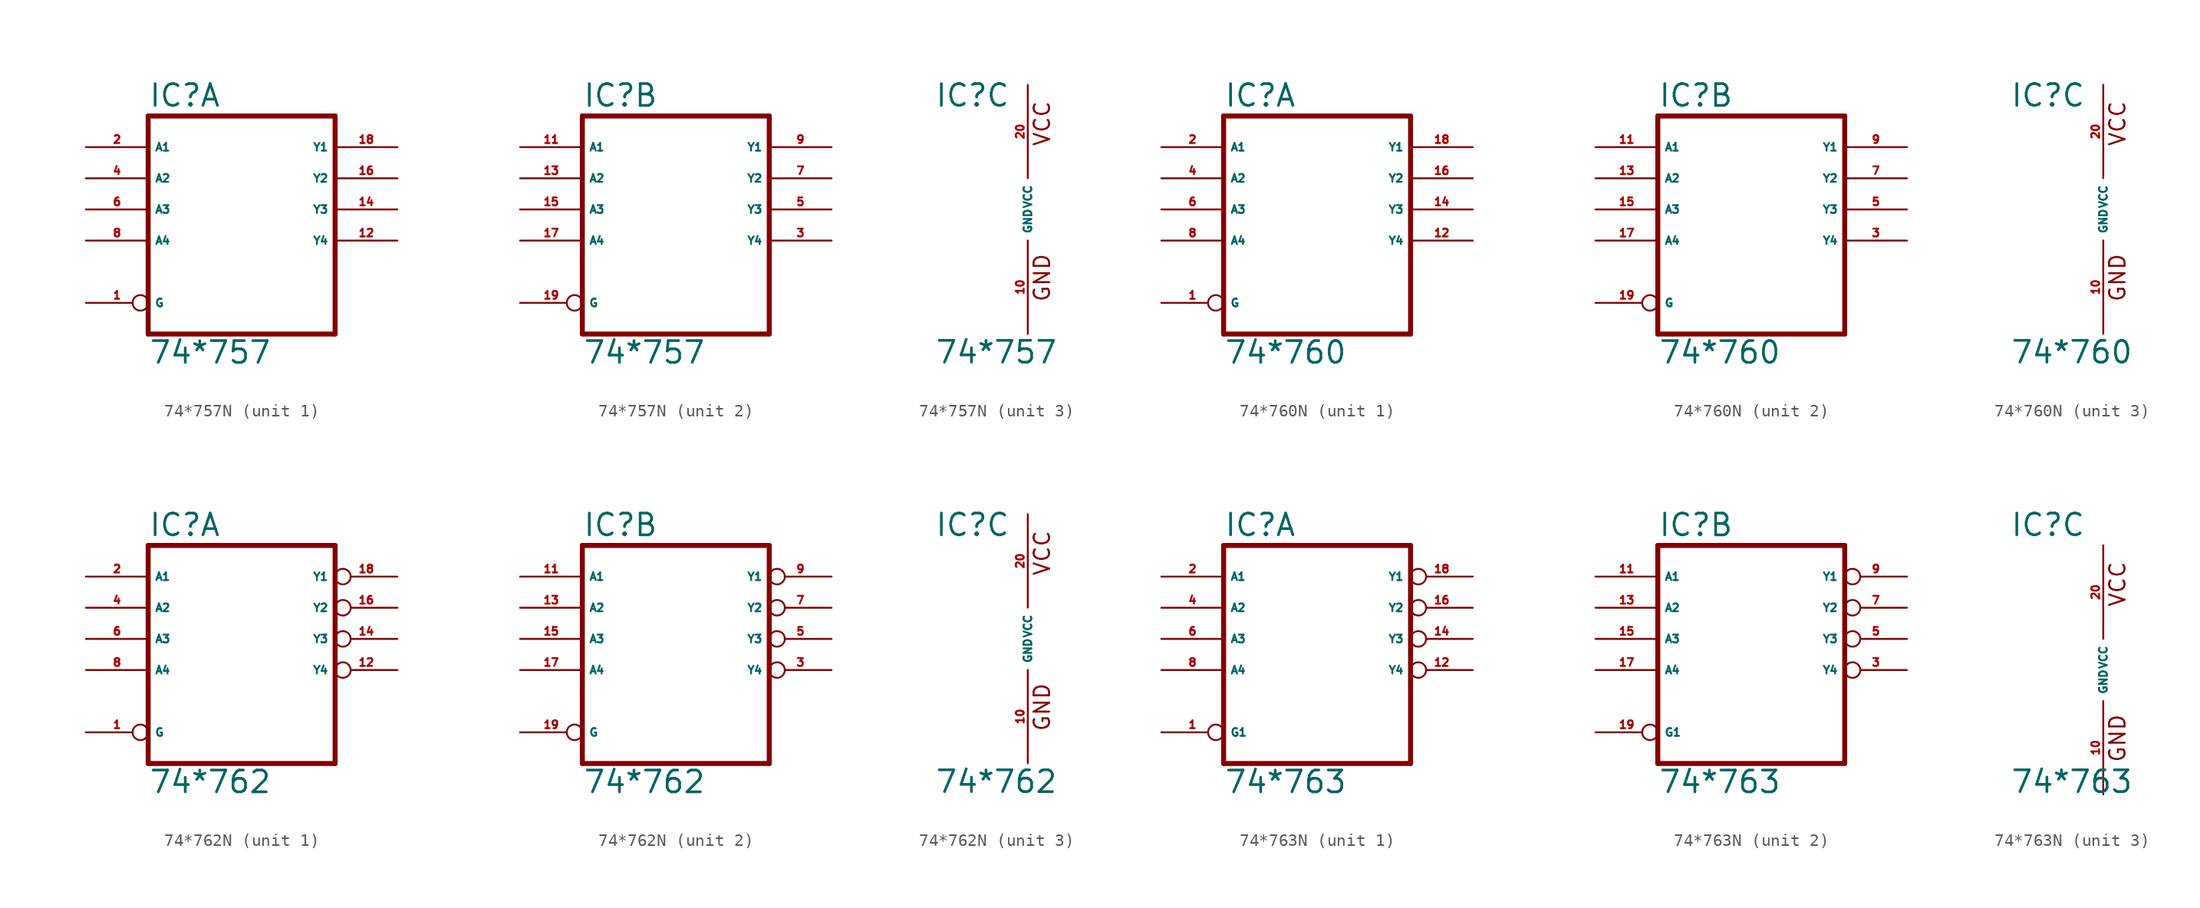
<source format=kicad_sym>
(kicad_symbol_lib
  (version 20220914)
  (generator Eagle2Kicad)
  (symbol "74*757N"
    (property "Reference" "IC"
      (at -7.62 8.255 0)
      (effects (font (size 1.778 1.778) (thickness 0.22)) (justify left bottom)))
    (property "Value" "74*757"
      (at -7.62 -12.7 0)
      (effects (font (size 1.778 1.778) (thickness 0.22)) (justify left bottom)))
    (symbol "74*757N_1_0"
      (polyline (pts (xy -7.62 -10.16) (xy 7.62 -10.16)) (stroke (width 0.406) (type default)) (fill (type none)))
      (polyline (pts (xy 7.62 -10.16) (xy 7.62 7.62)) (stroke (width 0.406) (type default)) (fill (type none)))
      (polyline (pts (xy 7.62 7.62) (xy -7.62 7.62)) (stroke (width 0.406) (type default)) (fill (type none)))
      (polyline (pts (xy -7.62 7.62) (xy -7.62 -10.16)) (stroke (width 0.406) (type default)) (fill (type none)))
      (pin input inverted (at -12.7 -7.62 0) (length 5.08) (name "G" (effects (font (size 0.635 0.635) (thickness 0.08)) (justify left bottom))) (number "1" (effects (font (size 0.635 0.635) (thickness 0.08)) (justify left bottom))))
      (pin input line (at -12.7 5.08 0) (length 5.08) (name "A1" (effects (font (size 0.635 0.635) (thickness 0.08)) (justify left bottom))) (number "2" (effects (font (size 0.635 0.635) (thickness 0.08)) (justify left bottom))))
      (pin input line (at -12.7 2.54 0) (length 5.08) (name "A2" (effects (font (size 0.635 0.635) (thickness 0.08)) (justify left bottom))) (number "4" (effects (font (size 0.635 0.635) (thickness 0.08)) (justify left bottom))))
      (pin input line (at -12.7 0 0) (length 5.08) (name "A3" (effects (font (size 0.635 0.635) (thickness 0.08)) (justify left bottom))) (number "6" (effects (font (size 0.635 0.635) (thickness 0.08)) (justify left bottom))))
      (pin input line (at -12.7 -2.54 0) (length 5.08) (name "A4" (effects (font (size 0.635 0.635) (thickness 0.08)) (justify left bottom))) (number "8" (effects (font (size 0.635 0.635) (thickness 0.08)) (justify left bottom))))
      (pin open_collector line (at 12.7 -2.54 180) (length 5.08) (name "Y4" (effects (font (size 0.635 0.635) (thickness 0.08)) (justify left bottom))) (number "12" (effects (font (size 0.635 0.635) (thickness 0.08)) (justify left bottom))))
      (pin open_collector line (at 12.7 0 180) (length 5.08) (name "Y3" (effects (font (size 0.635 0.635) (thickness 0.08)) (justify left bottom))) (number "14" (effects (font (size 0.635 0.635) (thickness 0.08)) (justify left bottom))))
      (pin open_collector line (at 12.7 2.54 180) (length 5.08) (name "Y2" (effects (font (size 0.635 0.635) (thickness 0.08)) (justify left bottom))) (number "16" (effects (font (size 0.635 0.635) (thickness 0.08)) (justify left bottom))))
      (pin open_collector line (at 12.7 5.08 180) (length 5.08) (name "Y1" (effects (font (size 0.635 0.635) (thickness 0.08)) (justify left bottom))) (number "18" (effects (font (size 0.635 0.635) (thickness 0.08)) (justify left bottom)))))
    (symbol "74*757N_2_0"
      (polyline (pts (xy -7.62 -10.16) (xy 7.62 -10.16)) (stroke (width 0.406) (type default)) (fill (type none)))
      (polyline (pts (xy 7.62 -10.16) (xy 7.62 7.62)) (stroke (width 0.406) (type default)) (fill (type none)))
      (polyline (pts (xy 7.62 7.62) (xy -7.62 7.62)) (stroke (width 0.406) (type default)) (fill (type none)))
      (polyline (pts (xy -7.62 7.62) (xy -7.62 -10.16)) (stroke (width 0.406) (type default)) (fill (type none)))
      (pin input inverted (at -12.7 -7.62 0) (length 5.08) (name "G" (effects (font (size 0.635 0.635) (thickness 0.08)) (justify left bottom))) (number "19" (effects (font (size 0.635 0.635) (thickness 0.08)) (justify left bottom))))
      (pin input line (at -12.7 5.08 0) (length 5.08) (name "A1" (effects (font (size 0.635 0.635) (thickness 0.08)) (justify left bottom))) (number "11" (effects (font (size 0.635 0.635) (thickness 0.08)) (justify left bottom))))
      (pin input line (at -12.7 2.54 0) (length 5.08) (name "A2" (effects (font (size 0.635 0.635) (thickness 0.08)) (justify left bottom))) (number "13" (effects (font (size 0.635 0.635) (thickness 0.08)) (justify left bottom))))
      (pin input line (at -12.7 0 0) (length 5.08) (name "A3" (effects (font (size 0.635 0.635) (thickness 0.08)) (justify left bottom))) (number "15" (effects (font (size 0.635 0.635) (thickness 0.08)) (justify left bottom))))
      (pin input line (at -12.7 -2.54 0) (length 5.08) (name "A4" (effects (font (size 0.635 0.635) (thickness 0.08)) (justify left bottom))) (number "17" (effects (font (size 0.635 0.635) (thickness 0.08)) (justify left bottom))))
      (pin open_collector line (at 12.7 -2.54 180) (length 5.08) (name "Y4" (effects (font (size 0.635 0.635) (thickness 0.08)) (justify left bottom))) (number "3" (effects (font (size 0.635 0.635) (thickness 0.08)) (justify left bottom))))
      (pin open_collector line (at 12.7 0 180) (length 5.08) (name "Y3" (effects (font (size 0.635 0.635) (thickness 0.08)) (justify left bottom))) (number "5" (effects (font (size 0.635 0.635) (thickness 0.08)) (justify left bottom))))
      (pin open_collector line (at 12.7 2.54 180) (length 5.08) (name "Y2" (effects (font (size 0.635 0.635) (thickness 0.08)) (justify left bottom))) (number "7" (effects (font (size 0.635 0.635) (thickness 0.08)) (justify left bottom))))
      (pin open_collector line (at 12.7 5.08 180) (length 5.08) (name "Y1" (effects (font (size 0.635 0.635) (thickness 0.08)) (justify left bottom))) (number "9" (effects (font (size 0.635 0.635) (thickness 0.08)) (justify left bottom)))))
    (symbol "74*757N_3_0"
      (text "GND" (at 1.905 -7.62 900) (effects (font (size 1.27 1.27) (thickness 0.16)) (justify left bottom)))
      (text "VCC" (at 1.905 5.08 900) (effects (font (size 1.27 1.27) (thickness 0.16)) (justify left bottom)))
      (pin unspecified line (at 0 -10.16 90) (length 7.62) (name "GND" (effects (font (size 0.635 0.635) (thickness 0.08)) (justify left bottom))) (number "10" (effects (font (size 0.635 0.635) (thickness 0.08)) (justify left bottom))))
      (pin unspecified line (at 0 10.16 270) (length 7.62) (name "VCC" (effects (font (size 0.635 0.635) (thickness 0.08)) (justify left bottom))) (number "20" (effects (font (size 0.635 0.635) (thickness 0.08)) (justify left bottom))))))
  (symbol "74*760N"
    (property "Reference" "IC"
      (at -7.62 8.255 0)
      (effects (font (size 1.778 1.778) (thickness 0.22)) (justify left bottom)))
    (property "Value" "74*760"
      (at -7.62 -12.7 0)
      (effects (font (size 1.778 1.778) (thickness 0.22)) (justify left bottom)))
    (symbol "74*760N_1_0"
      (polyline (pts (xy -7.62 -10.16) (xy 7.62 -10.16)) (stroke (width 0.406) (type default)) (fill (type none)))
      (polyline (pts (xy 7.62 -10.16) (xy 7.62 7.62)) (stroke (width 0.406) (type default)) (fill (type none)))
      (polyline (pts (xy 7.62 7.62) (xy -7.62 7.62)) (stroke (width 0.406) (type default)) (fill (type none)))
      (polyline (pts (xy -7.62 7.62) (xy -7.62 -10.16)) (stroke (width 0.406) (type default)) (fill (type none)))
      (pin input inverted (at -12.7 -7.62 0) (length 5.08) (name "G" (effects (font (size 0.635 0.635) (thickness 0.08)) (justify left bottom))) (number "1" (effects (font (size 0.635 0.635) (thickness 0.08)) (justify left bottom))))
      (pin input line (at -12.7 5.08 0) (length 5.08) (name "A1" (effects (font (size 0.635 0.635) (thickness 0.08)) (justify left bottom))) (number "2" (effects (font (size 0.635 0.635) (thickness 0.08)) (justify left bottom))))
      (pin input line (at -12.7 2.54 0) (length 5.08) (name "A2" (effects (font (size 0.635 0.635) (thickness 0.08)) (justify left bottom))) (number "4" (effects (font (size 0.635 0.635) (thickness 0.08)) (justify left bottom))))
      (pin input line (at -12.7 0 0) (length 5.08) (name "A3" (effects (font (size 0.635 0.635) (thickness 0.08)) (justify left bottom))) (number "6" (effects (font (size 0.635 0.635) (thickness 0.08)) (justify left bottom))))
      (pin input line (at -12.7 -2.54 0) (length 5.08) (name "A4" (effects (font (size 0.635 0.635) (thickness 0.08)) (justify left bottom))) (number "8" (effects (font (size 0.635 0.635) (thickness 0.08)) (justify left bottom))))
      (pin open_collector line (at 12.7 -2.54 180) (length 5.08) (name "Y4" (effects (font (size 0.635 0.635) (thickness 0.08)) (justify left bottom))) (number "12" (effects (font (size 0.635 0.635) (thickness 0.08)) (justify left bottom))))
      (pin open_collector line (at 12.7 0 180) (length 5.08) (name "Y3" (effects (font (size 0.635 0.635) (thickness 0.08)) (justify left bottom))) (number "14" (effects (font (size 0.635 0.635) (thickness 0.08)) (justify left bottom))))
      (pin open_collector line (at 12.7 2.54 180) (length 5.08) (name "Y2" (effects (font (size 0.635 0.635) (thickness 0.08)) (justify left bottom))) (number "16" (effects (font (size 0.635 0.635) (thickness 0.08)) (justify left bottom))))
      (pin open_collector line (at 12.7 5.08 180) (length 5.08) (name "Y1" (effects (font (size 0.635 0.635) (thickness 0.08)) (justify left bottom))) (number "18" (effects (font (size 0.635 0.635) (thickness 0.08)) (justify left bottom)))))
    (symbol "74*760N_2_0"
      (polyline (pts (xy -7.62 -10.16) (xy 7.62 -10.16)) (stroke (width 0.406) (type default)) (fill (type none)))
      (polyline (pts (xy 7.62 -10.16) (xy 7.62 7.62)) (stroke (width 0.406) (type default)) (fill (type none)))
      (polyline (pts (xy 7.62 7.62) (xy -7.62 7.62)) (stroke (width 0.406) (type default)) (fill (type none)))
      (polyline (pts (xy -7.62 7.62) (xy -7.62 -10.16)) (stroke (width 0.406) (type default)) (fill (type none)))
      (pin input inverted (at -12.7 -7.62 0) (length 5.08) (name "G" (effects (font (size 0.635 0.635) (thickness 0.08)) (justify left bottom))) (number "19" (effects (font (size 0.635 0.635) (thickness 0.08)) (justify left bottom))))
      (pin input line (at -12.7 5.08 0) (length 5.08) (name "A1" (effects (font (size 0.635 0.635) (thickness 0.08)) (justify left bottom))) (number "11" (effects (font (size 0.635 0.635) (thickness 0.08)) (justify left bottom))))
      (pin input line (at -12.7 2.54 0) (length 5.08) (name "A2" (effects (font (size 0.635 0.635) (thickness 0.08)) (justify left bottom))) (number "13" (effects (font (size 0.635 0.635) (thickness 0.08)) (justify left bottom))))
      (pin input line (at -12.7 0 0) (length 5.08) (name "A3" (effects (font (size 0.635 0.635) (thickness 0.08)) (justify left bottom))) (number "15" (effects (font (size 0.635 0.635) (thickness 0.08)) (justify left bottom))))
      (pin input line (at -12.7 -2.54 0) (length 5.08) (name "A4" (effects (font (size 0.635 0.635) (thickness 0.08)) (justify left bottom))) (number "17" (effects (font (size 0.635 0.635) (thickness 0.08)) (justify left bottom))))
      (pin open_collector line (at 12.7 -2.54 180) (length 5.08) (name "Y4" (effects (font (size 0.635 0.635) (thickness 0.08)) (justify left bottom))) (number "3" (effects (font (size 0.635 0.635) (thickness 0.08)) (justify left bottom))))
      (pin open_collector line (at 12.7 0 180) (length 5.08) (name "Y3" (effects (font (size 0.635 0.635) (thickness 0.08)) (justify left bottom))) (number "5" (effects (font (size 0.635 0.635) (thickness 0.08)) (justify left bottom))))
      (pin open_collector line (at 12.7 2.54 180) (length 5.08) (name "Y2" (effects (font (size 0.635 0.635) (thickness 0.08)) (justify left bottom))) (number "7" (effects (font (size 0.635 0.635) (thickness 0.08)) (justify left bottom))))
      (pin open_collector line (at 12.7 5.08 180) (length 5.08) (name "Y1" (effects (font (size 0.635 0.635) (thickness 0.08)) (justify left bottom))) (number "9" (effects (font (size 0.635 0.635) (thickness 0.08)) (justify left bottom)))))
    (symbol "74*760N_3_0"
      (text "GND" (at 1.905 -7.62 900) (effects (font (size 1.27 1.27) (thickness 0.16)) (justify left bottom)))
      (text "VCC" (at 1.905 5.08 900) (effects (font (size 1.27 1.27) (thickness 0.16)) (justify left bottom)))
      (pin unspecified line (at 0 -10.16 90) (length 7.62) (name "GND" (effects (font (size 0.635 0.635) (thickness 0.08)) (justify left bottom))) (number "10" (effects (font (size 0.635 0.635) (thickness 0.08)) (justify left bottom))))
      (pin unspecified line (at 0 10.16 270) (length 7.62) (name "VCC" (effects (font (size 0.635 0.635) (thickness 0.08)) (justify left bottom))) (number "20" (effects (font (size 0.635 0.635) (thickness 0.08)) (justify left bottom))))))
  (symbol "74*762N"
    (property "Reference" "IC"
      (at -7.62 8.255 0)
      (effects (font (size 1.778 1.778) (thickness 0.22)) (justify left bottom)))
    (property "Value" "74*762"
      (at -7.62 -12.7 0)
      (effects (font (size 1.778 1.778) (thickness 0.22)) (justify left bottom)))
    (symbol "74*762N_1_0"
      (polyline (pts (xy -7.62 -10.16) (xy 7.62 -10.16)) (stroke (width 0.406) (type default)) (fill (type none)))
      (polyline (pts (xy 7.62 -10.16) (xy 7.62 7.62)) (stroke (width 0.406) (type default)) (fill (type none)))
      (polyline (pts (xy 7.62 7.62) (xy -7.62 7.62)) (stroke (width 0.406) (type default)) (fill (type none)))
      (polyline (pts (xy -7.62 7.62) (xy -7.62 -10.16)) (stroke (width 0.406) (type default)) (fill (type none)))
      (pin input inverted (at -12.7 -7.62 0) (length 5.08) (name "G" (effects (font (size 0.635 0.635) (thickness 0.08)) (justify left bottom))) (number "1" (effects (font (size 0.635 0.635) (thickness 0.08)) (justify left bottom))))
      (pin input line (at -12.7 5.08 0) (length 5.08) (name "A1" (effects (font (size 0.635 0.635) (thickness 0.08)) (justify left bottom))) (number "2" (effects (font (size 0.635 0.635) (thickness 0.08)) (justify left bottom))))
      (pin input line (at -12.7 2.54 0) (length 5.08) (name "A2" (effects (font (size 0.635 0.635) (thickness 0.08)) (justify left bottom))) (number "4" (effects (font (size 0.635 0.635) (thickness 0.08)) (justify left bottom))))
      (pin input line (at -12.7 0 0) (length 5.08) (name "A3" (effects (font (size 0.635 0.635) (thickness 0.08)) (justify left bottom))) (number "6" (effects (font (size 0.635 0.635) (thickness 0.08)) (justify left bottom))))
      (pin input line (at -12.7 -2.54 0) (length 5.08) (name "A4" (effects (font (size 0.635 0.635) (thickness 0.08)) (justify left bottom))) (number "8" (effects (font (size 0.635 0.635) (thickness 0.08)) (justify left bottom))))
      (pin open_collector inverted (at 12.7 -2.54 180) (length 5.08) (name "Y4" (effects (font (size 0.635 0.635) (thickness 0.08)) (justify left bottom))) (number "12" (effects (font (size 0.635 0.635) (thickness 0.08)) (justify left bottom))))
      (pin open_collector inverted (at 12.7 0 180) (length 5.08) (name "Y3" (effects (font (size 0.635 0.635) (thickness 0.08)) (justify left bottom))) (number "14" (effects (font (size 0.635 0.635) (thickness 0.08)) (justify left bottom))))
      (pin open_collector inverted (at 12.7 2.54 180) (length 5.08) (name "Y2" (effects (font (size 0.635 0.635) (thickness 0.08)) (justify left bottom))) (number "16" (effects (font (size 0.635 0.635) (thickness 0.08)) (justify left bottom))))
      (pin open_collector inverted (at 12.7 5.08 180) (length 5.08) (name "Y1" (effects (font (size 0.635 0.635) (thickness 0.08)) (justify left bottom))) (number "18" (effects (font (size 0.635 0.635) (thickness 0.08)) (justify left bottom)))))
    (symbol "74*762N_2_0"
      (polyline (pts (xy -7.62 -10.16) (xy 7.62 -10.16)) (stroke (width 0.406) (type default)) (fill (type none)))
      (polyline (pts (xy 7.62 -10.16) (xy 7.62 7.62)) (stroke (width 0.406) (type default)) (fill (type none)))
      (polyline (pts (xy 7.62 7.62) (xy -7.62 7.62)) (stroke (width 0.406) (type default)) (fill (type none)))
      (polyline (pts (xy -7.62 7.62) (xy -7.62 -10.16)) (stroke (width 0.406) (type default)) (fill (type none)))
      (pin input inverted (at -12.7 -7.62 0) (length 5.08) (name "G" (effects (font (size 0.635 0.635) (thickness 0.08)) (justify left bottom))) (number "19" (effects (font (size 0.635 0.635) (thickness 0.08)) (justify left bottom))))
      (pin input line (at -12.7 5.08 0) (length 5.08) (name "A1" (effects (font (size 0.635 0.635) (thickness 0.08)) (justify left bottom))) (number "11" (effects (font (size 0.635 0.635) (thickness 0.08)) (justify left bottom))))
      (pin input line (at -12.7 2.54 0) (length 5.08) (name "A2" (effects (font (size 0.635 0.635) (thickness 0.08)) (justify left bottom))) (number "13" (effects (font (size 0.635 0.635) (thickness 0.08)) (justify left bottom))))
      (pin input line (at -12.7 0 0) (length 5.08) (name "A3" (effects (font (size 0.635 0.635) (thickness 0.08)) (justify left bottom))) (number "15" (effects (font (size 0.635 0.635) (thickness 0.08)) (justify left bottom))))
      (pin input line (at -12.7 -2.54 0) (length 5.08) (name "A4" (effects (font (size 0.635 0.635) (thickness 0.08)) (justify left bottom))) (number "17" (effects (font (size 0.635 0.635) (thickness 0.08)) (justify left bottom))))
      (pin open_collector inverted (at 12.7 -2.54 180) (length 5.08) (name "Y4" (effects (font (size 0.635 0.635) (thickness 0.08)) (justify left bottom))) (number "3" (effects (font (size 0.635 0.635) (thickness 0.08)) (justify left bottom))))
      (pin open_collector inverted (at 12.7 0 180) (length 5.08) (name "Y3" (effects (font (size 0.635 0.635) (thickness 0.08)) (justify left bottom))) (number "5" (effects (font (size 0.635 0.635) (thickness 0.08)) (justify left bottom))))
      (pin open_collector inverted (at 12.7 2.54 180) (length 5.08) (name "Y2" (effects (font (size 0.635 0.635) (thickness 0.08)) (justify left bottom))) (number "7" (effects (font (size 0.635 0.635) (thickness 0.08)) (justify left bottom))))
      (pin open_collector inverted (at 12.7 5.08 180) (length 5.08) (name "Y1" (effects (font (size 0.635 0.635) (thickness 0.08)) (justify left bottom))) (number "9" (effects (font (size 0.635 0.635) (thickness 0.08)) (justify left bottom)))))
    (symbol "74*762N_3_0"
      (text "GND" (at 1.905 -7.62 900) (effects (font (size 1.27 1.27) (thickness 0.16)) (justify left bottom)))
      (text "VCC" (at 1.905 5.08 900) (effects (font (size 1.27 1.27) (thickness 0.16)) (justify left bottom)))
      (pin unspecified line (at 0 -10.16 90) (length 7.62) (name "GND" (effects (font (size 0.635 0.635) (thickness 0.08)) (justify left bottom))) (number "10" (effects (font (size 0.635 0.635) (thickness 0.08)) (justify left bottom))))
      (pin unspecified line (at 0 10.16 270) (length 7.62) (name "VCC" (effects (font (size 0.635 0.635) (thickness 0.08)) (justify left bottom))) (number "20" (effects (font (size 0.635 0.635) (thickness 0.08)) (justify left bottom))))))
  (symbol "74*763N"
    (property "Reference" "IC"
      (at -7.62 10.795 0)
      (effects (font (size 1.778 1.778) (thickness 0.22)) (justify left bottom)))
    (property "Value" "74*763"
      (at -7.62 -10.16 0)
      (effects (font (size 1.778 1.778) (thickness 0.22)) (justify left bottom)))
    (symbol "74*763N_1_0"
      (polyline (pts (xy -7.62 -7.62) (xy 7.62 -7.62)) (stroke (width 0.406) (type default)) (fill (type none)))
      (polyline (pts (xy 7.62 -7.62) (xy 7.62 10.16)) (stroke (width 0.406) (type default)) (fill (type none)))
      (polyline (pts (xy 7.62 10.16) (xy -7.62 10.16)) (stroke (width 0.406) (type default)) (fill (type none)))
      (polyline (pts (xy -7.62 10.16) (xy -7.62 -7.62)) (stroke (width 0.406) (type default)) (fill (type none)))
      (pin input inverted (at -12.7 -5.08 0) (length 5.08) (name "G1" (effects (font (size 0.635 0.635) (thickness 0.08)) (justify left bottom))) (number "1" (effects (font (size 0.635 0.635) (thickness 0.08)) (justify left bottom))))
      (pin input line (at -12.7 7.62 0) (length 5.08) (name "A1" (effects (font (size 0.635 0.635) (thickness 0.08)) (justify left bottom))) (number "2" (effects (font (size 0.635 0.635) (thickness 0.08)) (justify left bottom))))
      (pin input line (at -12.7 5.08 0) (length 5.08) (name "A2" (effects (font (size 0.635 0.635) (thickness 0.08)) (justify left bottom))) (number "4" (effects (font (size 0.635 0.635) (thickness 0.08)) (justify left bottom))))
      (pin input line (at -12.7 2.54 0) (length 5.08) (name "A3" (effects (font (size 0.635 0.635) (thickness 0.08)) (justify left bottom))) (number "6" (effects (font (size 0.635 0.635) (thickness 0.08)) (justify left bottom))))
      (pin input line (at -12.7 0 0) (length 5.08) (name "A4" (effects (font (size 0.635 0.635) (thickness 0.08)) (justify left bottom))) (number "8" (effects (font (size 0.635 0.635) (thickness 0.08)) (justify left bottom))))
      (pin open_collector inverted (at 12.7 0 180) (length 5.08) (name "Y4" (effects (font (size 0.635 0.635) (thickness 0.08)) (justify left bottom))) (number "12" (effects (font (size 0.635 0.635) (thickness 0.08)) (justify left bottom))))
      (pin open_collector inverted (at 12.7 2.54 180) (length 5.08) (name "Y3" (effects (font (size 0.635 0.635) (thickness 0.08)) (justify left bottom))) (number "14" (effects (font (size 0.635 0.635) (thickness 0.08)) (justify left bottom))))
      (pin open_collector inverted (at 12.7 5.08 180) (length 5.08) (name "Y2" (effects (font (size 0.635 0.635) (thickness 0.08)) (justify left bottom))) (number "16" (effects (font (size 0.635 0.635) (thickness 0.08)) (justify left bottom))))
      (pin open_collector inverted (at 12.7 7.62 180) (length 5.08) (name "Y1" (effects (font (size 0.635 0.635) (thickness 0.08)) (justify left bottom))) (number "18" (effects (font (size 0.635 0.635) (thickness 0.08)) (justify left bottom)))))
    (symbol "74*763N_2_0"
      (polyline (pts (xy -7.62 -7.62) (xy 7.62 -7.62)) (stroke (width 0.406) (type default)) (fill (type none)))
      (polyline (pts (xy 7.62 -7.62) (xy 7.62 10.16)) (stroke (width 0.406) (type default)) (fill (type none)))
      (polyline (pts (xy 7.62 10.16) (xy -7.62 10.16)) (stroke (width 0.406) (type default)) (fill (type none)))
      (polyline (pts (xy -7.62 10.16) (xy -7.62 -7.62)) (stroke (width 0.406) (type default)) (fill (type none)))
      (pin input inverted (at -12.7 -5.08 0) (length 5.08) (name "G1" (effects (font (size 0.635 0.635) (thickness 0.08)) (justify left bottom))) (number "19" (effects (font (size 0.635 0.635) (thickness 0.08)) (justify left bottom))))
      (pin input line (at -12.7 7.62 0) (length 5.08) (name "A1" (effects (font (size 0.635 0.635) (thickness 0.08)) (justify left bottom))) (number "11" (effects (font (size 0.635 0.635) (thickness 0.08)) (justify left bottom))))
      (pin input line (at -12.7 5.08 0) (length 5.08) (name "A2" (effects (font (size 0.635 0.635) (thickness 0.08)) (justify left bottom))) (number "13" (effects (font (size 0.635 0.635) (thickness 0.08)) (justify left bottom))))
      (pin input line (at -12.7 2.54 0) (length 5.08) (name "A3" (effects (font (size 0.635 0.635) (thickness 0.08)) (justify left bottom))) (number "15" (effects (font (size 0.635 0.635) (thickness 0.08)) (justify left bottom))))
      (pin input line (at -12.7 0 0) (length 5.08) (name "A4" (effects (font (size 0.635 0.635) (thickness 0.08)) (justify left bottom))) (number "17" (effects (font (size 0.635 0.635) (thickness 0.08)) (justify left bottom))))
      (pin open_collector inverted (at 12.7 0 180) (length 5.08) (name "Y4" (effects (font (size 0.635 0.635) (thickness 0.08)) (justify left bottom))) (number "3" (effects (font (size 0.635 0.635) (thickness 0.08)) (justify left bottom))))
      (pin open_collector inverted (at 12.7 2.54 180) (length 5.08) (name "Y3" (effects (font (size 0.635 0.635) (thickness 0.08)) (justify left bottom))) (number "5" (effects (font (size 0.635 0.635) (thickness 0.08)) (justify left bottom))))
      (pin open_collector inverted (at 12.7 5.08 180) (length 5.08) (name "Y2" (effects (font (size 0.635 0.635) (thickness 0.08)) (justify left bottom))) (number "7" (effects (font (size 0.635 0.635) (thickness 0.08)) (justify left bottom))))
      (pin open_collector inverted (at 12.7 7.62 180) (length 5.08) (name "Y1" (effects (font (size 0.635 0.635) (thickness 0.08)) (justify left bottom))) (number "9" (effects (font (size 0.635 0.635) (thickness 0.08)) (justify left bottom)))))
    (symbol "74*763N_3_0"
      (text "GND" (at 1.905 -7.62 900) (effects (font (size 1.27 1.27) (thickness 0.16)) (justify left bottom)))
      (text "VCC" (at 1.905 5.08 900) (effects (font (size 1.27 1.27) (thickness 0.16)) (justify left bottom)))
      (pin unspecified line (at 0 -10.16 90) (length 7.62) (name "GND" (effects (font (size 0.635 0.635) (thickness 0.08)) (justify left bottom))) (number "10" (effects (font (size 0.635 0.635) (thickness 0.08)) (justify left bottom))))
      (pin unspecified line (at 0 10.16 270) (length 7.62) (name "VCC" (effects (font (size 0.635 0.635) (thickness 0.08)) (justify left bottom))) (number "20" (effects (font (size 0.635 0.635) (thickness 0.08)) (justify left bottom)))))))
</source>
